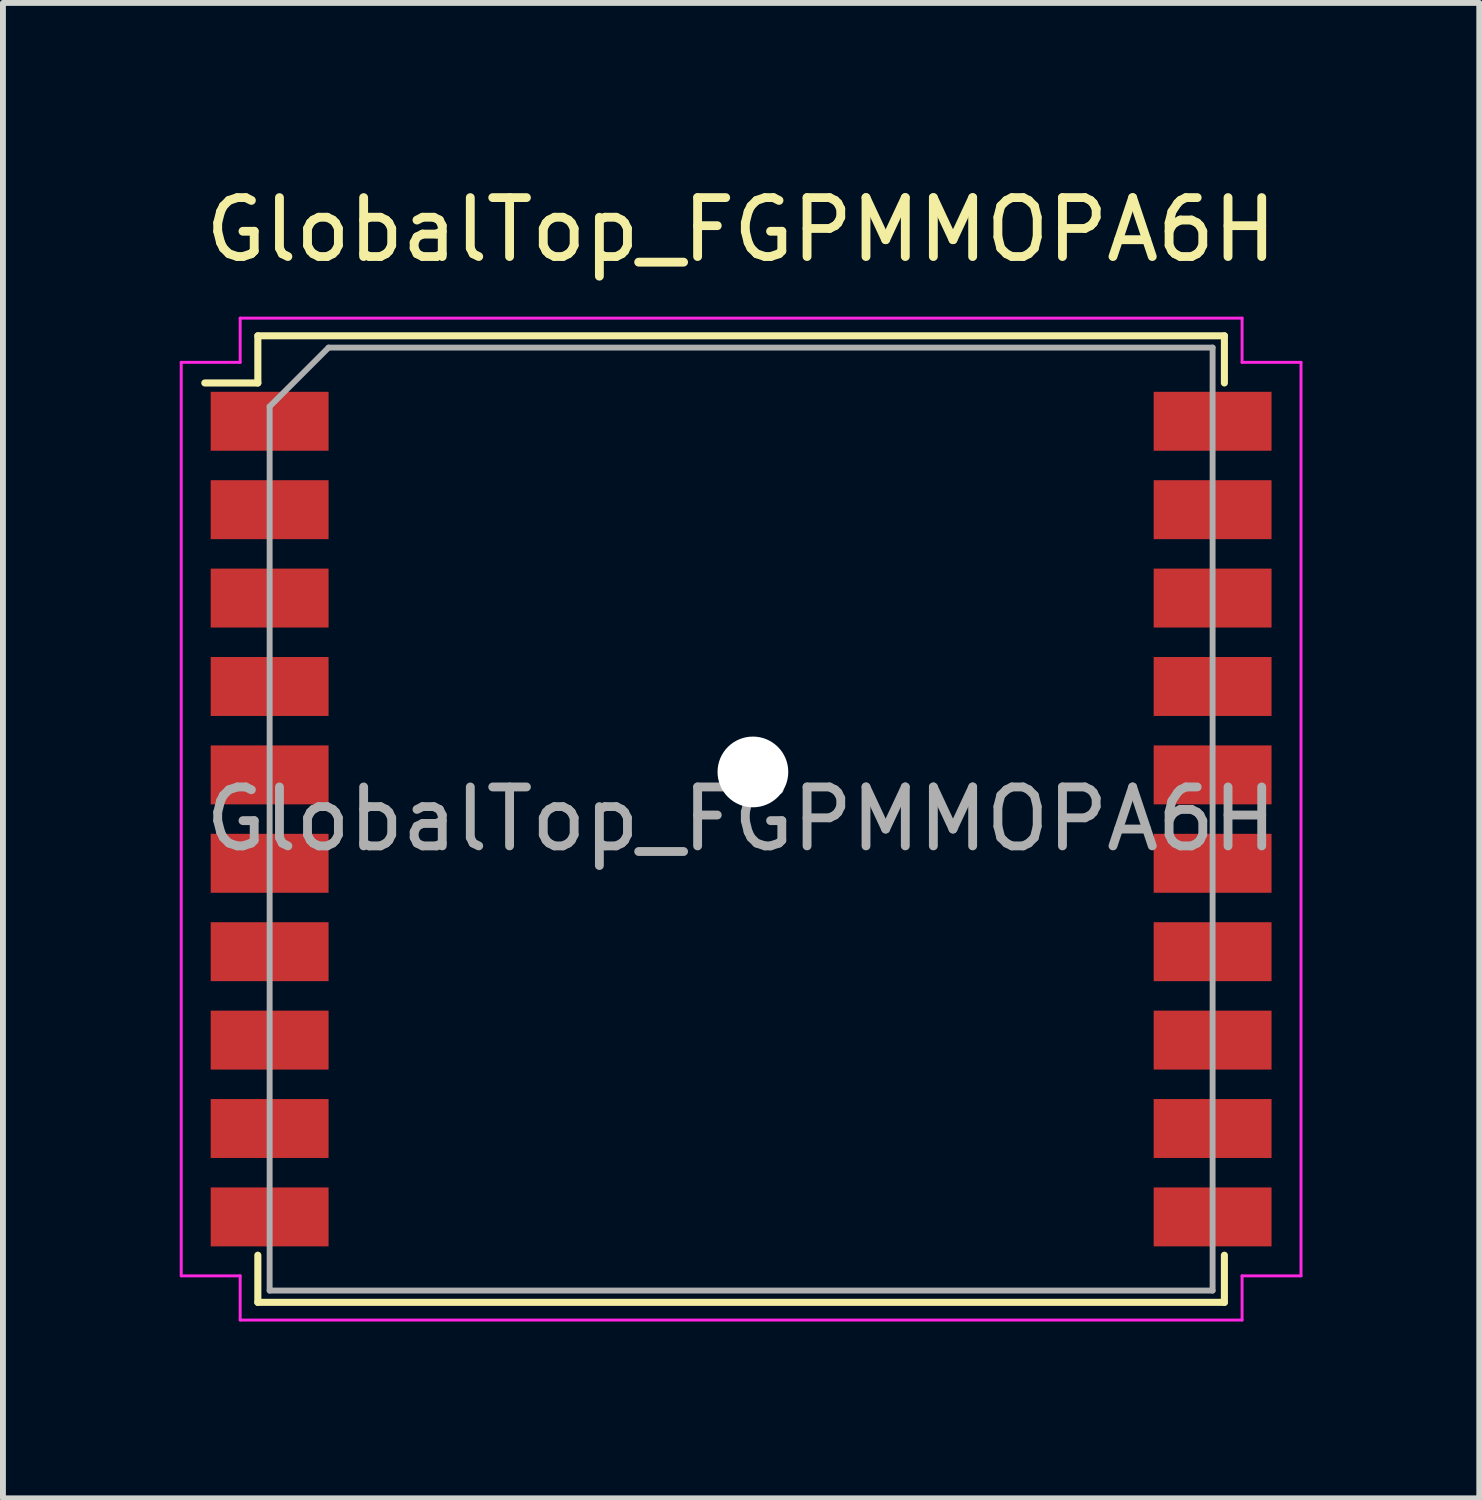
<source format=kicad_pcb>
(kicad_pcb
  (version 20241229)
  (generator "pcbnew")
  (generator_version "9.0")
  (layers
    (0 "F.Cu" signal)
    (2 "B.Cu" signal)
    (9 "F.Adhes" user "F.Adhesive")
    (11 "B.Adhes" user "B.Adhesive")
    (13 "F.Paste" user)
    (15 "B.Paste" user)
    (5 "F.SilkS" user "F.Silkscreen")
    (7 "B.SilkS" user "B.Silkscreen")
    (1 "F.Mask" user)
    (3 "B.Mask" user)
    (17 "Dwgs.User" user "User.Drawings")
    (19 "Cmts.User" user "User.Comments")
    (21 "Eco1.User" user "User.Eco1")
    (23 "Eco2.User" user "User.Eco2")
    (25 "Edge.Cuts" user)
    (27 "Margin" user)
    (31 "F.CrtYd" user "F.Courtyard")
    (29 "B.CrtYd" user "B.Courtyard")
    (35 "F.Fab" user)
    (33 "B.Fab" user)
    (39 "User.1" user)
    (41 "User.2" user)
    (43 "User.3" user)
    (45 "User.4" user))
  (footprint "GlobalTop_FGPMMOPA6H"
    (layer "F.Cu")
    (at 9.525 10.848)
    (property "Reference" "GlobalTop_FGPMMOPA6H" (at 0 -10 0) (layer "F.SilkS") (effects (font (size 1 1) (thickness 0.15))))
    (attr smd)
    (fp_line (start -8.2 -8.2) (end -8.2 -7.4) (stroke (width 0.12) (type solid)) (layer "F.SilkS"))
    (fp_line (start -8.2 -7.4) (end -9.1 -7.4) (stroke (width 0.12) (type solid)) (layer "F.SilkS"))
    (fp_line (start -8.2 8.2) (end -8.2 7.4) (stroke (width 0.12) (type solid)) (layer "F.SilkS"))
    (fp_line (start -8.2 8.2) (end 8.2 8.2) (stroke (width 0.12) (type solid)) (layer "F.SilkS"))
    (fp_line (start 8.2 -8.2) (end -8.2 -8.2) (stroke (width 0.12) (type solid)) (layer "F.SilkS"))
    (fp_line (start 8.2 -8.2) (end 8.2 -7.4) (stroke (width 0.12) (type solid)) (layer "F.SilkS"))
    (fp_line (start 8.2 8.2) (end 8.2 7.4) (stroke (width 0.12) (type solid)) (layer "F.SilkS"))
    (fp_line (start -9.5 -7.75) (end -9.5 7.75) (stroke (width 0.05) (type solid)) (layer "F.CrtYd"))
    (fp_line (start -9.5 7.75) (end -8.5 7.75) (stroke (width 0.05) (type solid)) (layer "F.CrtYd"))
    (fp_line (start -8.5 -8.5) (end -8.5 -7.75) (stroke (width 0.05) (type solid)) (layer "F.CrtYd"))
    (fp_line (start -8.5 -7.75) (end -9.5 -7.75) (stroke (width 0.05) (type solid)) (layer "F.CrtYd"))
    (fp_line (start -8.5 7.75) (end -8.5 8.5) (stroke (width 0.05) (type solid)) (layer "F.CrtYd"))
    (fp_line (start -8.5 8.5) (end 8.5 8.5) (stroke (width 0.05) (type solid)) (layer "F.CrtYd"))
    (fp_line (start 8.5 -8.5) (end -8.5 -8.5) (stroke (width 0.05) (type solid)) (layer "F.CrtYd"))
    (fp_line (start 8.5 -7.75) (end 8.5 -8.5) (stroke (width 0.05) (type solid)) (layer "F.CrtYd"))
    (fp_line (start 8.5 7.75) (end 9.5 7.75) (stroke (width 0.05) (type solid)) (layer "F.CrtYd"))
    (fp_line (start 8.5 8.5) (end 8.5 7.75) (stroke (width 0.05) (type solid)) (layer "F.CrtYd"))
    (fp_line (start 9.5 -7.75) (end 8.5 -7.75) (stroke (width 0.05) (type solid)) (layer "F.CrtYd"))
    (fp_line (start 9.5 7.75) (end 9.5 -7.75) (stroke (width 0.05) (type solid)) (layer "F.CrtYd"))
    (fp_line (start -8 -7) (end -8 8) (stroke (width 0.1) (type solid)) (layer "F.Fab"))
    (fp_line (start -8 8) (end 8 8) (stroke (width 0.1) (type solid)) (layer "F.Fab"))
    (fp_line (start -7 -8) (end -8 -7) (stroke (width 0.1) (type solid)) (layer "F.Fab"))
    (fp_line (start -7 -8) (end 8 -8) (stroke (width 0.1) (type solid)) (layer "F.Fab"))
    (fp_line (start 8 8) (end 8 -8) (stroke (width 0.1) (type solid)) (layer "F.Fab"))
    (fp_text user "${REFERENCE}" (at 0 0 0) (layer "F.Fab") (effects (font (size 1 1) (thickness 0.15))))
    (pad "" np_thru_hole circle (at 0.2 -0.8) (size 1.2 1.2) (drill 1.2) (layers "*.Cu" "*.Mask"))
    (pad "1" smd rect (at -8 -6.75) (size 2 1) (layers "F.Cu" "F.Mask" "F.Paste"))
    (pad "2" smd rect (at -8 -5.25) (size 2 1) (layers "F.Cu" "F.Mask" "F.Paste"))
    (pad "3" smd rect (at -8 -3.75) (size 2 1) (layers "F.Cu" "F.Mask" "F.Paste"))
    (pad "4" smd rect (at -8 -2.25) (size 2 1) (layers "F.Cu" "F.Mask" "F.Paste"))
    (pad "5" smd rect (at -8 -0.75) (size 2 1) (layers "F.Cu" "F.Mask" "F.Paste"))
    (pad "6" smd rect (at -8 0.75) (size 2 1) (layers "F.Cu" "F.Mask" "F.Paste"))
    (pad "7" smd rect (at -8 2.25) (size 2 1) (layers "F.Cu" "F.Mask" "F.Paste"))
    (pad "8" smd rect (at -8 3.75) (size 2 1) (layers "F.Cu" "F.Mask" "F.Paste"))
    (pad "9" smd rect (at -8 5.25) (size 2 1) (layers "F.Cu" "F.Mask" "F.Paste"))
    (pad "10" smd rect (at -8 6.75) (size 2 1) (layers "F.Cu" "F.Mask" "F.Paste"))
    (pad "11" smd rect (at 8 6.75) (size 2 1) (layers "F.Cu" "F.Mask" "F.Paste"))
    (pad "12" smd rect (at 8 5.25) (size 2 1) (layers "F.Cu" "F.Mask" "F.Paste"))
    (pad "13" smd rect (at 8 3.75) (size 2 1) (layers "F.Cu" "F.Mask" "F.Paste"))
    (pad "14" smd rect (at 8 2.25) (size 2 1) (layers "F.Cu" "F.Mask" "F.Paste"))
    (pad "15" smd rect (at 8 0.75) (size 2 1) (layers "F.Cu" "F.Mask" "F.Paste"))
    (pad "16" smd rect (at 8 -0.75) (size 2 1) (layers "F.Cu" "F.Mask" "F.Paste"))
    (pad "17" smd rect (at 8 -2.25) (size 2 1) (layers "F.Cu" "F.Mask" "F.Paste"))
    (pad "18" smd rect (at 8 -3.75) (size 2 1) (layers "F.Cu" "F.Mask" "F.Paste"))
    (pad "19" smd rect (at 8 -5.25) (size 2 1) (layers "F.Cu" "F.Mask" "F.Paste"))
    (pad "20" smd rect (at 8 -6.75) (size 2 1) (layers "F.Cu" "F.Mask" "F.Paste")))
  (gr_rect
    (start -3 -3)
    (end 22.05 22.373)
    (stroke (width 0.1) (type default))
    (fill no)
    (layer "Edge.Cuts")))
</source>
